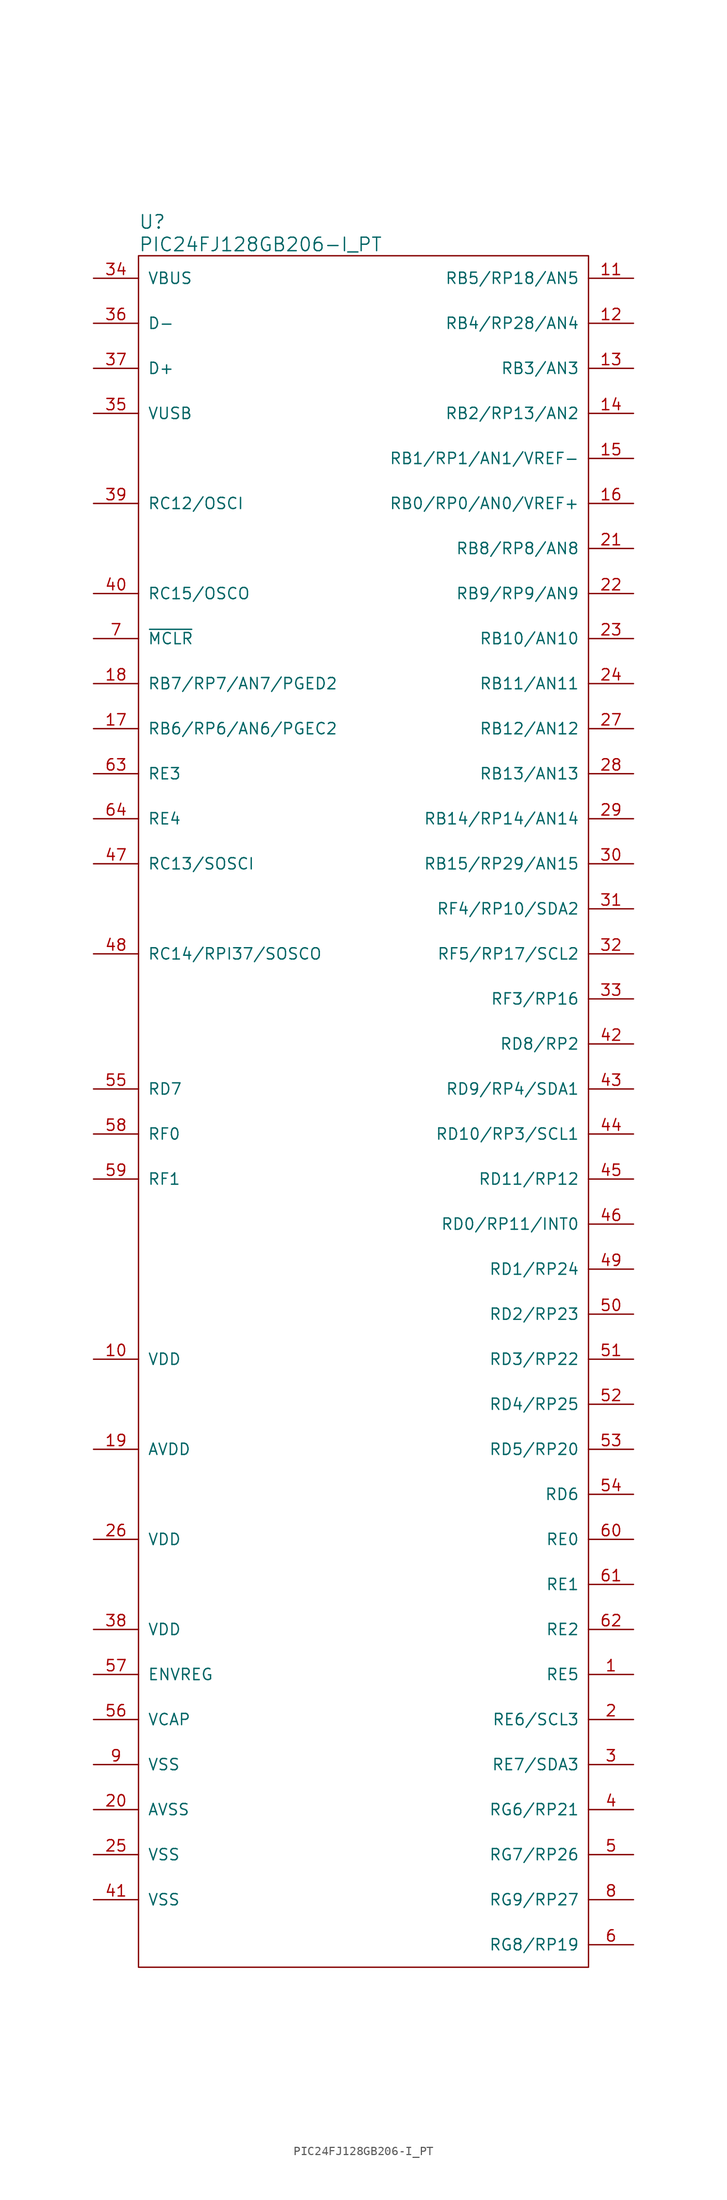
<source format=kicad_sym>
(kicad_symbol_lib
  (version 20211014)
  (generator kicad_symbol_editor)
  (symbol "PIC24FJ128GB206-I_PT"
    (pin_names
      (offset 1.016))
    (property "Reference" "U"
      (at -25.4 100.33 0)
      (effects (font (size 1.524 1.524)) (justify left)))
    (property "Value" "PIC24FJ128GB206-I_PT"
      (at -25.4 97.79 0)
      (effects (font (size 1.524 1.524)) (justify left)))
    (symbol "PIC24FJ128GB206-I_PT_0_1"
      (rectangle (start 25.4 96.52) (end -25.4 -96.52) (stroke (width 0) (type default) (color 0 0 0 0)) (fill (type none))))
    (symbol "PIC24FJ128GB206-I_PT_1_1"
      (pin input line (at 30.48 -63.5 180) (length 5.08) (name "RE5" (effects (font (size 1.27 1.27)))) (number "1" (effects (font (size 1.27 1.27)))))
      (pin input line (at -30.48 -27.94 0) (length 5.08) (name "VDD" (effects (font (size 1.27 1.27)))) (number "10" (effects (font (size 1.27 1.27)))))
      (pin input line (at 30.48 93.98 180) (length 5.08) (name "RB5/RP18/AN5" (effects (font (size 1.27 1.27)))) (number "11" (effects (font (size 1.27 1.27)))))
      (pin input line (at 30.48 88.9 180) (length 5.08) (name "RB4/RP28/AN4" (effects (font (size 1.27 1.27)))) (number "12" (effects (font (size 1.27 1.27)))))
      (pin input line (at 30.48 83.82 180) (length 5.08) (name "RB3/AN3" (effects (font (size 1.27 1.27)))) (number "13" (effects (font (size 1.27 1.27)))))
      (pin input line (at 30.48 78.74 180) (length 5.08) (name "RB2/RP13/AN2" (effects (font (size 1.27 1.27)))) (number "14" (effects (font (size 1.27 1.27)))))
      (pin input line (at 30.48 73.66 180) (length 5.08) (name "RB1/RP1/AN1/VREF-" (effects (font (size 1.27 1.27)))) (number "15" (effects (font (size 1.27 1.27)))))
      (pin input line (at 30.48 68.58 180) (length 5.08) (name "RB0/RP0/AN0/VREF+" (effects (font (size 1.27 1.27)))) (number "16" (effects (font (size 1.27 1.27)))))
      (pin input line (at -30.48 43.18 0) (length 5.08) (name "RB6/RP6/AN6/PGEC2" (effects (font (size 1.27 1.27)))) (number "17" (effects (font (size 1.27 1.27)))))
      (pin input line (at -30.48 48.26 0) (length 5.08) (name "RB7/RP7/AN7/PGED2" (effects (font (size 1.27 1.27)))) (number "18" (effects (font (size 1.27 1.27)))))
      (pin input line (at -30.48 -38.1 0) (length 5.08) (name "AVDD" (effects (font (size 1.27 1.27)))) (number "19" (effects (font (size 1.27 1.27)))))
      (pin input line (at 30.48 -68.58 180) (length 5.08) (name "RE6/SCL3" (effects (font (size 1.27 1.27)))) (number "2" (effects (font (size 1.27 1.27)))))
      (pin input line (at -30.48 -78.74 0) (length 5.08) (name "AVSS" (effects (font (size 1.27 1.27)))) (number "20" (effects (font (size 1.27 1.27)))))
      (pin input line (at 30.48 63.5 180) (length 5.08) (name "RB8/RP8/AN8" (effects (font (size 1.27 1.27)))) (number "21" (effects (font (size 1.27 1.27)))))
      (pin input line (at 30.48 58.42 180) (length 5.08) (name "RB9/RP9/AN9" (effects (font (size 1.27 1.27)))) (number "22" (effects (font (size 1.27 1.27)))))
      (pin input line (at 30.48 53.34 180) (length 5.08) (name "RB10/AN10" (effects (font (size 1.27 1.27)))) (number "23" (effects (font (size 1.27 1.27)))))
      (pin input line (at 30.48 48.26 180) (length 5.08) (name "RB11/AN11" (effects (font (size 1.27 1.27)))) (number "24" (effects (font (size 1.27 1.27)))))
      (pin input line (at -30.48 -83.82 0) (length 5.08) (name "VSS" (effects (font (size 1.27 1.27)))) (number "25" (effects (font (size 1.27 1.27)))))
      (pin input line (at -30.48 -48.26 0) (length 5.08) (name "VDD" (effects (font (size 1.27 1.27)))) (number "26" (effects (font (size 1.27 1.27)))))
      (pin input line (at 30.48 43.18 180) (length 5.08) (name "RB12/AN12" (effects (font (size 1.27 1.27)))) (number "27" (effects (font (size 1.27 1.27)))))
      (pin input line (at 30.48 38.1 180) (length 5.08) (name "RB13/AN13" (effects (font (size 1.27 1.27)))) (number "28" (effects (font (size 1.27 1.27)))))
      (pin input line (at 30.48 33.02 180) (length 5.08) (name "RB14/RP14/AN14" (effects (font (size 1.27 1.27)))) (number "29" (effects (font (size 1.27 1.27)))))
      (pin input line (at 30.48 -73.66 180) (length 5.08) (name "RE7/SDA3" (effects (font (size 1.27 1.27)))) (number "3" (effects (font (size 1.27 1.27)))))
      (pin input line (at 30.48 27.94 180) (length 5.08) (name "RB15/RP29/AN15" (effects (font (size 1.27 1.27)))) (number "30" (effects (font (size 1.27 1.27)))))
      (pin input line (at 30.48 22.86 180) (length 5.08) (name "RF4/RP10/SDA2" (effects (font (size 1.27 1.27)))) (number "31" (effects (font (size 1.27 1.27)))))
      (pin input line (at 30.48 17.78 180) (length 5.08) (name "RF5/RP17/SCL2" (effects (font (size 1.27 1.27)))) (number "32" (effects (font (size 1.27 1.27)))))
      (pin input line (at 30.48 12.7 180) (length 5.08) (name "RF3/RP16" (effects (font (size 1.27 1.27)))) (number "33" (effects (font (size 1.27 1.27)))))
      (pin input line (at -30.48 93.98 0) (length 5.08) (name "VBUS" (effects (font (size 1.27 1.27)))) (number "34" (effects (font (size 1.27 1.27)))))
      (pin input line (at -30.48 78.74 0) (length 5.08) (name "VUSB" (effects (font (size 1.27 1.27)))) (number "35" (effects (font (size 1.27 1.27)))))
      (pin input line (at -30.48 88.9 0) (length 5.08) (name "D-" (effects (font (size 1.27 1.27)))) (number "36" (effects (font (size 1.27 1.27)))))
      (pin input line (at -30.48 83.82 0) (length 5.08) (name "D+" (effects (font (size 1.27 1.27)))) (number "37" (effects (font (size 1.27 1.27)))))
      (pin input line (at -30.48 -58.42 0) (length 5.08) (name "VDD" (effects (font (size 1.27 1.27)))) (number "38" (effects (font (size 1.27 1.27)))))
      (pin input line (at -30.48 68.58 0) (length 5.08) (name "RC12/OSCI" (effects (font (size 1.27 1.27)))) (number "39" (effects (font (size 1.27 1.27)))))
      (pin input line (at 30.48 -78.74 180) (length 5.08) (name "RG6/RP21" (effects (font (size 1.27 1.27)))) (number "4" (effects (font (size 1.27 1.27)))))
      (pin input line (at -30.48 58.42 0) (length 5.08) (name "RC15/OSCO" (effects (font (size 1.27 1.27)))) (number "40" (effects (font (size 1.27 1.27)))))
      (pin input line (at -30.48 -88.9 0) (length 5.08) (name "VSS" (effects (font (size 1.27 1.27)))) (number "41" (effects (font (size 1.27 1.27)))))
      (pin input line (at 30.48 7.62 180) (length 5.08) (name "RD8/RP2" (effects (font (size 1.27 1.27)))) (number "42" (effects (font (size 1.27 1.27)))))
      (pin input line (at 30.48 2.54 180) (length 5.08) (name "RD9/RP4/SDA1" (effects (font (size 1.27 1.27)))) (number "43" (effects (font (size 1.27 1.27)))))
      (pin input line (at 30.48 -2.54 180) (length 5.08) (name "RD10/RP3/SCL1" (effects (font (size 1.27 1.27)))) (number "44" (effects (font (size 1.27 1.27)))))
      (pin input line (at 30.48 -7.62 180) (length 5.08) (name "RD11/RP12" (effects (font (size 1.27 1.27)))) (number "45" (effects (font (size 1.27 1.27)))))
      (pin input line (at 30.48 -12.7 180) (length 5.08) (name "RD0/RP11/INT0" (effects (font (size 1.27 1.27)))) (number "46" (effects (font (size 1.27 1.27)))))
      (pin input line (at -30.48 27.94 0) (length 5.08) (name "RC13/SOSCI" (effects (font (size 1.27 1.27)))) (number "47" (effects (font (size 1.27 1.27)))))
      (pin input line (at -30.48 17.78 0) (length 5.08) (name "RC14/RPI37/SOSCO" (effects (font (size 1.27 1.27)))) (number "48" (effects (font (size 1.27 1.27)))))
      (pin input line (at 30.48 -17.78 180) (length 5.08) (name "RD1/RP24" (effects (font (size 1.27 1.27)))) (number "49" (effects (font (size 1.27 1.27)))))
      (pin input line (at 30.48 -83.82 180) (length 5.08) (name "RG7/RP26" (effects (font (size 1.27 1.27)))) (number "5" (effects (font (size 1.27 1.27)))))
      (pin input line (at 30.48 -22.86 180) (length 5.08) (name "RD2/RP23" (effects (font (size 1.27 1.27)))) (number "50" (effects (font (size 1.27 1.27)))))
      (pin input line (at 30.48 -27.94 180) (length 5.08) (name "RD3/RP22" (effects (font (size 1.27 1.27)))) (number "51" (effects (font (size 1.27 1.27)))))
      (pin input line (at 30.48 -33.02 180) (length 5.08) (name "RD4/RP25" (effects (font (size 1.27 1.27)))) (number "52" (effects (font (size 1.27 1.27)))))
      (pin input line (at 30.48 -38.1 180) (length 5.08) (name "RD5/RP20" (effects (font (size 1.27 1.27)))) (number "53" (effects (font (size 1.27 1.27)))))
      (pin input line (at 30.48 -43.18 180) (length 5.08) (name "RD6" (effects (font (size 1.27 1.27)))) (number "54" (effects (font (size 1.27 1.27)))))
      (pin input line (at -30.48 2.54 0) (length 5.08) (name "RD7" (effects (font (size 1.27 1.27)))) (number "55" (effects (font (size 1.27 1.27)))))
      (pin input line (at -30.48 -68.58 0) (length 5.08) (name "VCAP" (effects (font (size 1.27 1.27)))) (number "56" (effects (font (size 1.27 1.27)))))
      (pin input line (at -30.48 -63.5 0) (length 5.08) (name "ENVREG" (effects (font (size 1.27 1.27)))) (number "57" (effects (font (size 1.27 1.27)))))
      (pin input line (at -30.48 -2.54 0) (length 5.08) (name "RF0" (effects (font (size 1.27 1.27)))) (number "58" (effects (font (size 1.27 1.27)))))
      (pin input line (at -30.48 -7.62 0) (length 5.08) (name "RF1" (effects (font (size 1.27 1.27)))) (number "59" (effects (font (size 1.27 1.27)))))
      (pin input line (at 30.48 -93.98 180) (length 5.08) (name "RG8/RP19" (effects (font (size 1.27 1.27)))) (number "6" (effects (font (size 1.27 1.27)))))
      (pin input line (at 30.48 -48.26 180) (length 5.08) (name "RE0" (effects (font (size 1.27 1.27)))) (number "60" (effects (font (size 1.27 1.27)))))
      (pin input line (at 30.48 -53.34 180) (length 5.08) (name "RE1" (effects (font (size 1.27 1.27)))) (number "61" (effects (font (size 1.27 1.27)))))
      (pin input line (at 30.48 -58.42 180) (length 5.08) (name "RE2" (effects (font (size 1.27 1.27)))) (number "62" (effects (font (size 1.27 1.27)))))
      (pin input line (at -30.48 38.1 0) (length 5.08) (name "RE3" (effects (font (size 1.27 1.27)))) (number "63" (effects (font (size 1.27 1.27)))))
      (pin input line (at -30.48 33.02 0) (length 5.08) (name "RE4" (effects (font (size 1.27 1.27)))) (number "64" (effects (font (size 1.27 1.27)))))
      (pin input line (at -30.48 53.34 0) (length 5.08) (name "~{MCLR}" (effects (font (size 1.27 1.27)))) (number "7" (effects (font (size 1.27 1.27)))))
      (pin input line (at 30.48 -88.9 180) (length 5.08) (name "RG9/RP27" (effects (font (size 1.27 1.27)))) (number "8" (effects (font (size 1.27 1.27)))))
      (pin input line (at -30.48 -73.66 0) (length 5.08) (name "VSS" (effects (font (size 1.27 1.27)))) (number "9" (effects (font (size 1.27 1.27))))))))
</source>
